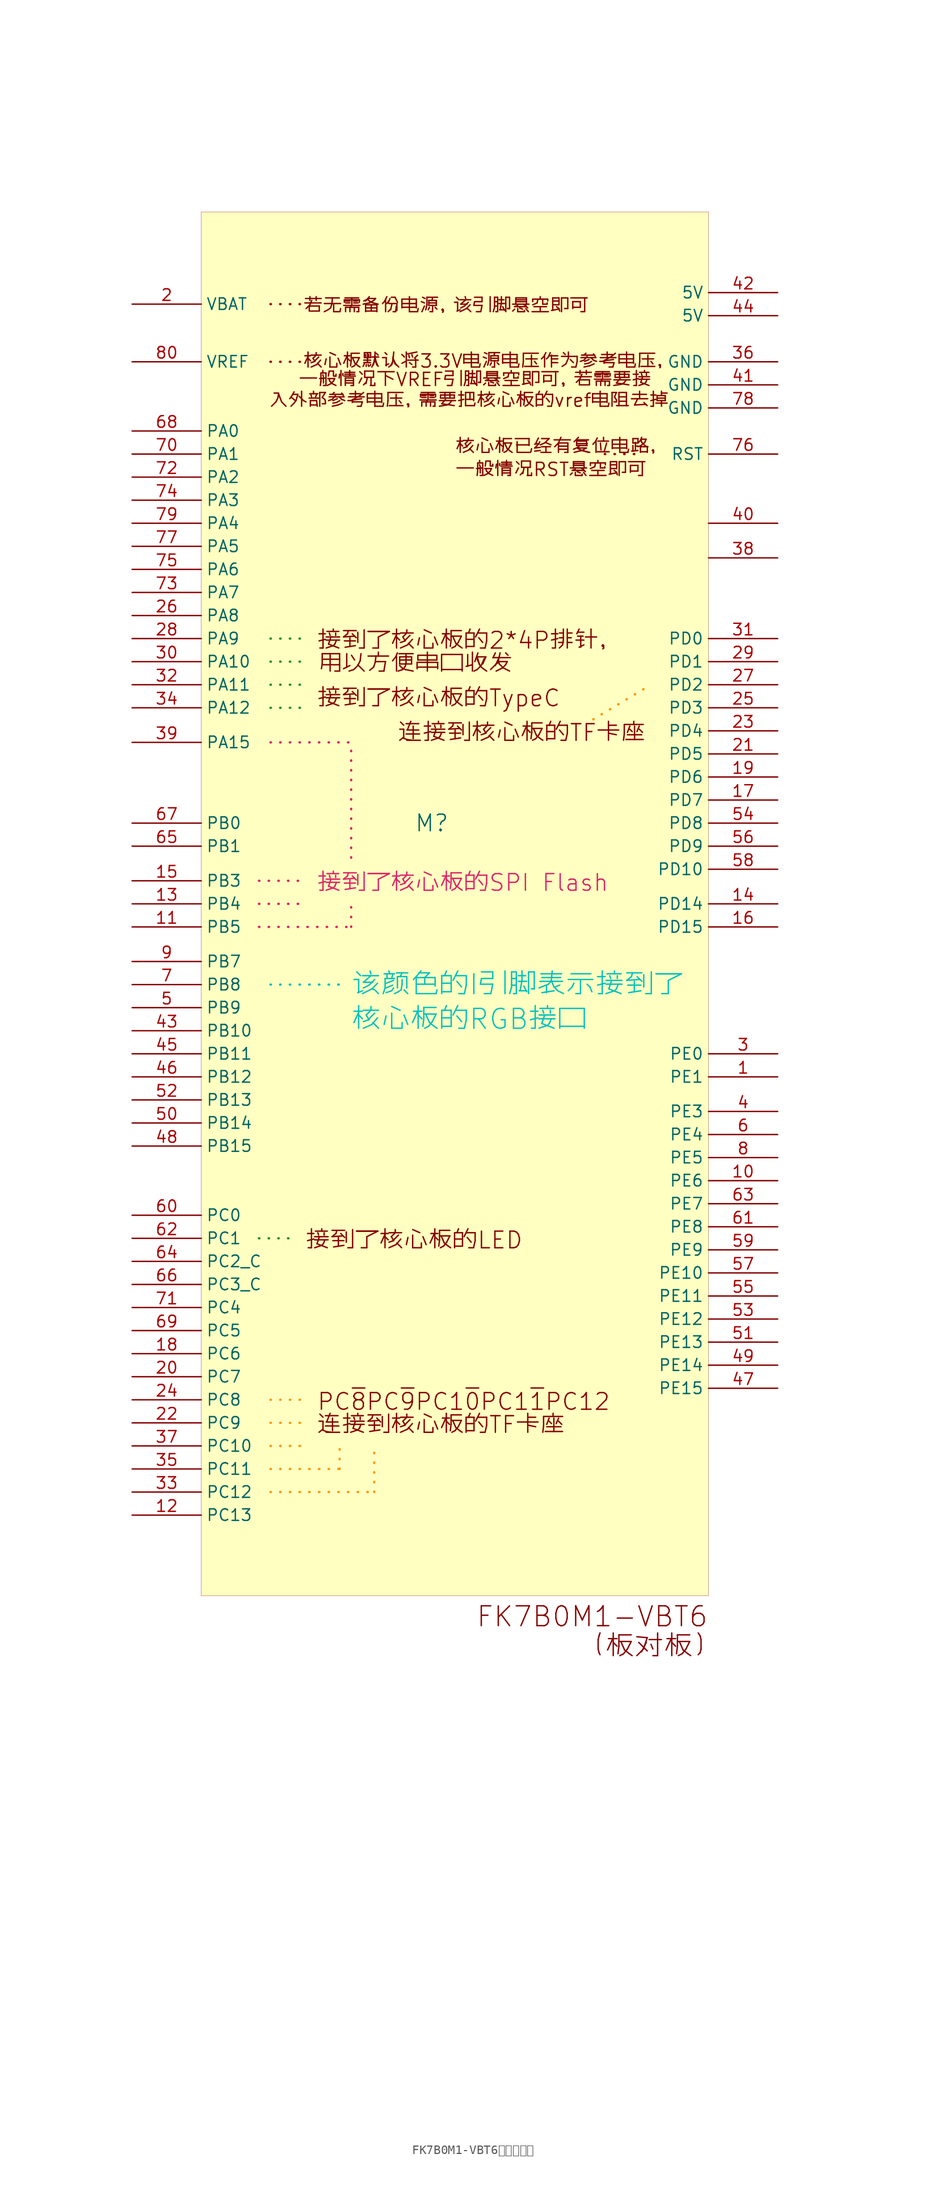
<source format=kicad_sym>
(kicad_symbol_lib
  (version 20231120)
  (generator "kicad_symbol_editor")
  (generator_version "8.0")
  (symbol "FK7B0M1-VBT6（板对板）"
    (property "Reference" "M"
      (at -1.27 1.27 0)
      (effects (font (size 1.829 1.829))))
    (property "Value" ""
      (at 42.672 -20.32 0)
      (effects (font (size 1.829 1.829)) (justify left bottom)))
    (symbol "FK7B0M1-VBT6（板对板）_1_0"
      (rectangle (start -26.67 68.58) (end 29.21 -83.82) (stroke (width 0.025) (type solid) (color 128 0 0 1)) (fill (type background)))
      (polyline (pts (xy -20.32 -44.45) (xy -16.51 -44.45)) (stroke (width 0.254) (type dot) (color 34 145 34 1)) (fill (type none)))
      (polyline (pts (xy -20.32 -10.16) (xy -10.16 -10.16)) (stroke (width 0.254) (type dot) (color 218 36 103 1)) (fill (type none)))
      (polyline (pts (xy -20.32 -7.62) (xy -15.24 -7.62)) (stroke (width 0.254) (type dot) (color 218 36 103 1)) (fill (type none)))
      (polyline (pts (xy -20.32 -5.08) (xy -15.24 -5.08)) (stroke (width 0.254) (type dot) (color 218 36 103 1)) (fill (type none)))
      (polyline (pts (xy -19.05 -72.39) (xy -7.62 -72.39)) (stroke (width 0.254) (type dot) (color 255 153 0 1)) (fill (type none)))
      (polyline (pts (xy -19.05 -69.85) (xy -11.43 -69.85)) (stroke (width 0.254) (type dot) (color 255 153 0 1)) (fill (type none)))
      (polyline (pts (xy -19.05 -67.31) (xy -15.24 -67.31)) (stroke (width 0.254) (type dot) (color 255 153 0 1)) (fill (type none)))
      (polyline (pts (xy -19.05 -64.77) (xy -15.24 -64.77)) (stroke (width 0.254) (type dot) (color 255 153 0 1)) (fill (type none)))
      (polyline (pts (xy -19.05 -62.23) (xy -15.24 -62.23)) (stroke (width 0.254) (type dot) (color 255 153 0 1)) (fill (type none)))
      (polyline (pts (xy -19.05 -16.51) (xy -11.43 -16.51)) (stroke (width 0.254) (type dot) (color 0 191 191 1)) (fill (type none)))
      (polyline (pts (xy -19.05 10.16) (xy -10.16 10.16)) (stroke (width 0.254) (type dot) (color 218 36 103 1)) (fill (type none)))
      (polyline (pts (xy -19.05 13.97) (xy -15.24 13.97)) (stroke (width 0.254) (type dot) (color 34 145 34 1)) (fill (type none)))
      (polyline (pts (xy -19.05 16.51) (xy -15.24 16.51)) (stroke (width 0.254) (type dot) (color 34 145 34 1)) (fill (type none)))
      (polyline (pts (xy -19.05 19.05) (xy -15.24 19.05)) (stroke (width 0.254) (type dot) (color 34 145 34 1)) (fill (type none)))
      (polyline (pts (xy -19.05 21.59) (xy -15.24 21.59)) (stroke (width 0.254) (type dot) (color 34 145 34 1)) (fill (type none)))
      (polyline (pts (xy -19.05 52.07) (xy -15.24 52.07)) (stroke (width 0.254) (type dot) (color 152 0 0 1)) (fill (type none)))
      (polyline (pts (xy -19.05 58.42) (xy -15.24 58.42)) (stroke (width 0.254) (type dot) (color 152 0 0 1)) (fill (type none)))
      (polyline (pts (xy -11.43 -69.85) (xy -11.43 -67.31)) (stroke (width 0.254) (type dot) (color 255 153 0 1)) (fill (type none)))
      (polyline (pts (xy -10.16 -10.16) (xy -10.16 -7.62)) (stroke (width 0.254) (type dot) (color 218 36 103 1)) (fill (type none)))
      (polyline (pts (xy -10.16 -2.54) (xy -10.16 10.16)) (stroke (width 0.254) (type dot) (color 218 36 103 1)) (fill (type none)))
      (polyline (pts (xy -7.62 -72.39) (xy -7.62 -67.31)) (stroke (width 0.254) (type dot) (color 255 153 0 1)) (fill (type none)))
      (polyline (pts (xy 16.51 12.7) (xy 22.86 16.51)) (stroke (width 0.254) (type dot) (color 255 153 0 1)) (fill (type none)))
      (polyline (pts (xy 17.78 41.91) (xy 21.59 41.91)) (stroke (width 0.254) (type dot) (color 152 0 0 1)) (fill (type none)))
      (text "" (at -36.83 -124.46 0) (effects (font (size 1.829 1.829)) (justify left bottom)))
      (text "FK7B0M1-VBT6" (at 3.556 -87.376 0) (effects (font (size 2.184 2.184)) (justify left bottom)))
      (text "PC~{8}PC~{9}PC1~{0}PC1~{1}PC12" (at -13.97 -63.5 0) (effects (font (size 1.829 1.829)) (justify left bottom)))
      (text "一般情况RST悬空即可" (at 1.27 39.37 0) (effects (font (size 1.448 1.448)) (justify left bottom)))
      (text "一般情况下VREF引脚悬空即可，若需要接" (at -16.002 49.276 0) (effects (font (size 1.448 1.448)) (justify left bottom)))
      (text "入外部参考电压，需要把核心板的vref电阻去掉" (at -19.304 46.99 0) (effects (font (size 1.448 1.448)) (justify left bottom)))
      (text "接到了核心板的2*4P排针，" (at -13.97 20.32 0) (effects (font (size 1.829 1.829)) (justify left bottom)))
      (text "接到了核心板的LED" (at -15.24 -45.72 0) (effects (font (size 1.829 1.829)) (justify left bottom)))
      (text "接到了核心板的SPI Flash" (at -13.97 -6.35 0) (effects (font (size 1.829 1.829) (color 218 36 103 1)) (justify left bottom)))
      (text "接到了核心板的TypeC" (at -13.97 13.97 0) (effects (font (size 1.829 1.829)) (justify left bottom)))
      (text "核心板已经有复位电路，" (at 1.27 41.91 0) (effects (font (size 1.448 1.448)) (justify left bottom)))
      (text "核心板的RGB接口" (at -10.16 -21.59 0) (effects (font (size 2.184 2.184) (color 0 191 191 1)) (justify left bottom)))
      (text "核心板默认将3.3V电源电压作为参考电压，" (at -15.494 51.308 0) (effects (font (size 1.448 1.448)) (justify left bottom)))
      (text "用以方便串口收发" (at -13.97 17.78 0) (effects (font (size 1.829 1.829)) (justify left bottom)))
      (text "若无需备份电源，该引脚悬空即可" (at -15.494 57.404 0) (effects (font (size 1.448 1.448)) (justify left bottom)))
      (text "该颜色的I引脚表示接到了" (at -10.16 -17.78 0) (effects (font (size 2.184 2.184) (color 0 191 191 1)) (justify left bottom)))
      (text "连接到核心板的TF卡座" (at -13.97 -66.04 0) (effects (font (size 1.829 1.829)) (justify left bottom)))
      (text "连接到核心板的TF卡座" (at -5.08 10.16 0) (effects (font (size 1.829 1.829)) (justify left bottom)))
      (text "（板对板）" (at 15.494 -90.678 0) (effects (font (size 2.184 2.184)) (justify left bottom)))
      (pin passive line (at 36.83 -26.67 180) (length 7.62) (name "PE1" (effects (font (size 1.27 1.27)))) (number "1" (effects (font (size 1.27 1.27)))))
      (pin passive line (at 36.83 -38.1 180) (length 7.62) (name "PE6" (effects (font (size 1.27 1.27)))) (number "10" (effects (font (size 1.27 1.27)))))
      (pin passive line (at -34.29 -10.16 0) (length 7.62) (name "PB5" (effects (font (size 1.27 1.27)))) (number "11" (effects (font (size 1.27 1.27)))))
      (pin passive line (at -34.29 -74.93 0) (length 7.62) (name "PC13" (effects (font (size 1.27 1.27)))) (number "12" (effects (font (size 1.27 1.27)))))
      (pin passive line (at -34.29 -7.62 0) (length 7.62) (name "PB4" (effects (font (size 1.27 1.27)))) (number "13" (effects (font (size 1.27 1.27)))))
      (pin passive line (at 36.83 -7.62 180) (length 7.62) (name "PD14" (effects (font (size 1.27 1.27)))) (number "14" (effects (font (size 1.27 1.27)))))
      (pin passive line (at -34.29 -5.08 0) (length 7.62) (name "PB3" (effects (font (size 1.27 1.27)))) (number "15" (effects (font (size 1.27 1.27)))))
      (pin passive line (at 36.83 -10.16 180) (length 7.62) (name "PD15" (effects (font (size 1.27 1.27)))) (number "16" (effects (font (size 1.27 1.27)))))
      (pin passive line (at 36.83 3.81 180) (length 7.62) (name "PD7" (effects (font (size 1.27 1.27)))) (number "17" (effects (font (size 1.27 1.27)))))
      (pin passive line (at -34.29 -57.15 0) (length 7.62) (name "PC6" (effects (font (size 1.27 1.27)))) (number "18" (effects (font (size 1.27 1.27)))))
      (pin passive line (at 36.83 6.35 180) (length 7.62) (name "PD6" (effects (font (size 1.27 1.27)))) (number "19" (effects (font (size 1.27 1.27)))))
      (pin passive line (at -34.29 58.42 0) (length 7.62) (name "VBAT" (effects (font (size 1.27 1.27)))) (number "2" (effects (font (size 1.27 1.27)))))
      (pin passive line (at -34.29 -59.69 0) (length 7.62) (name "PC7" (effects (font (size 1.27 1.27)))) (number "20" (effects (font (size 1.27 1.27)))))
      (pin passive line (at 36.83 8.89 180) (length 7.62) (name "PD5" (effects (font (size 1.27 1.27)))) (number "21" (effects (font (size 1.27 1.27)))))
      (pin passive line (at -34.29 -64.77 0) (length 7.62) (name "PC9" (effects (font (size 1.27 1.27)))) (number "22" (effects (font (size 1.27 1.27)))))
      (pin passive line (at 36.83 11.43 180) (length 7.62) (name "PD4" (effects (font (size 1.27 1.27)))) (number "23" (effects (font (size 1.27 1.27)))))
      (pin passive line (at -34.29 -62.23 0) (length 7.62) (name "PC8" (effects (font (size 1.27 1.27)))) (number "24" (effects (font (size 1.27 1.27)))))
      (pin passive line (at 36.83 13.97 180) (length 7.62) (name "PD3" (effects (font (size 1.27 1.27)))) (number "25" (effects (font (size 1.27 1.27)))))
      (pin passive line (at -34.29 24.13 0) (length 7.62) (name "PA8" (effects (font (size 1.27 1.27)))) (number "26" (effects (font (size 1.27 1.27)))))
      (pin passive line (at 36.83 16.51 180) (length 7.62) (name "PD2" (effects (font (size 1.27 1.27)))) (number "27" (effects (font (size 1.27 1.27)))))
      (pin passive line (at -34.29 21.59 0) (length 7.62) (name "PA9" (effects (font (size 1.27 1.27)))) (number "28" (effects (font (size 1.27 1.27)))))
      (pin passive line (at 36.83 19.05 180) (length 7.62) (name "PD1" (effects (font (size 1.27 1.27)))) (number "29" (effects (font (size 1.27 1.27)))))
      (pin passive line (at 36.83 -24.13 180) (length 7.62) (name "PE0" (effects (font (size 1.27 1.27)))) (number "3" (effects (font (size 1.27 1.27)))))
      (pin passive line (at -34.29 19.05 0) (length 7.62) (name "PA10" (effects (font (size 1.27 1.27)))) (number "30" (effects (font (size 1.27 1.27)))))
      (pin passive line (at 36.83 21.59 180) (length 7.62) (name "PD0" (effects (font (size 1.27 1.27)))) (number "31" (effects (font (size 1.27 1.27)))))
      (pin passive line (at -34.29 16.51 0) (length 7.62) (name "PA11" (effects (font (size 1.27 1.27)))) (number "32" (effects (font (size 1.27 1.27)))))
      (pin passive line (at -34.29 -72.39 0) (length 7.62) (name "PC12" (effects (font (size 1.27 1.27)))) (number "33" (effects (font (size 1.27 1.27)))))
      (pin passive line (at -34.29 13.97 0) (length 7.62) (name "PA12" (effects (font (size 1.27 1.27)))) (number "34" (effects (font (size 1.27 1.27)))))
      (pin passive line (at -34.29 -69.85 0) (length 7.62) (name "PC11" (effects (font (size 1.27 1.27)))) (number "35" (effects (font (size 1.27 1.27)))))
      (pin passive line (at 36.83 52.07 180) (length 7.62) (name "GND" (effects (font (size 1.27 1.27)))) (number "36" (effects (font (size 1.27 1.27)))))
      (pin passive line (at -34.29 -67.31 0) (length 7.62) (name "PC10" (effects (font (size 1.27 1.27)))) (number "37" (effects (font (size 1.27 1.27)))))
      (pin passive line (at 36.83 30.48 180) (length 7.62) (name "" (effects (font (size 1.27 1.27)))) (number "38" (effects (font (size 1.27 1.27)))))
      (pin passive line (at -34.29 10.16 0) (length 7.62) (name "PA15" (effects (font (size 1.27 1.27)))) (number "39" (effects (font (size 1.27 1.27)))))
      (pin passive line (at 36.83 -30.48 180) (length 7.62) (name "PE3" (effects (font (size 1.27 1.27)))) (number "4" (effects (font (size 1.27 1.27)))))
      (pin passive line (at 36.83 34.29 180) (length 7.62) (name "" (effects (font (size 1.27 1.27)))) (number "40" (effects (font (size 1.27 1.27)))))
      (pin passive line (at 36.83 49.53 180) (length 7.62) (name "GND" (effects (font (size 1.27 1.27)))) (number "41" (effects (font (size 1.27 1.27)))))
      (pin passive line (at 36.83 59.69 180) (length 7.62) (name "5V" (effects (font (size 1.27 1.27)))) (number "42" (effects (font (size 1.27 1.27)))))
      (pin passive line (at -34.29 -21.59 0) (length 7.62) (name "PB10" (effects (font (size 1.27 1.27)))) (number "43" (effects (font (size 1.27 1.27)))))
      (pin passive line (at 36.83 57.15 180) (length 7.62) (name "5V" (effects (font (size 1.27 1.27)))) (number "44" (effects (font (size 1.27 1.27)))))
      (pin passive line (at -34.29 -24.13 0) (length 7.62) (name "PB11" (effects (font (size 1.27 1.27)))) (number "45" (effects (font (size 1.27 1.27)))))
      (pin passive line (at -34.29 -26.67 0) (length 7.62) (name "PB12" (effects (font (size 1.27 1.27)))) (number "46" (effects (font (size 1.27 1.27)))))
      (pin passive line (at 36.83 -60.96 180) (length 7.62) (name "PE15" (effects (font (size 1.27 1.27)))) (number "47" (effects (font (size 1.27 1.27)))))
      (pin passive line (at -34.29 -34.29 0) (length 7.62) (name "PB15" (effects (font (size 1.27 1.27)))) (number "48" (effects (font (size 1.27 1.27)))))
      (pin passive line (at 36.83 -58.42 180) (length 7.62) (name "PE14" (effects (font (size 1.27 1.27)))) (number "49" (effects (font (size 1.27 1.27)))))
      (pin passive line (at -34.29 -19.05 0) (length 7.62) (name "PB9" (effects (font (size 1.27 1.27)))) (number "5" (effects (font (size 1.27 1.27)))))
      (pin passive line (at -34.29 -31.75 0) (length 7.62) (name "PB14" (effects (font (size 1.27 1.27)))) (number "50" (effects (font (size 1.27 1.27)))))
      (pin passive line (at 36.83 -55.88 180) (length 7.62) (name "PE13" (effects (font (size 1.27 1.27)))) (number "51" (effects (font (size 1.27 1.27)))))
      (pin passive line (at -34.29 -29.21 0) (length 7.62) (name "PB13" (effects (font (size 1.27 1.27)))) (number "52" (effects (font (size 1.27 1.27)))))
      (pin passive line (at 36.83 -53.34 180) (length 7.62) (name "PE12" (effects (font (size 1.27 1.27)))) (number "53" (effects (font (size 1.27 1.27)))))
      (pin passive line (at 36.83 1.27 180) (length 7.62) (name "PD8" (effects (font (size 1.27 1.27)))) (number "54" (effects (font (size 1.27 1.27)))))
      (pin passive line (at 36.83 -50.8 180) (length 7.62) (name "PE11" (effects (font (size 1.27 1.27)))) (number "55" (effects (font (size 1.27 1.27)))))
      (pin passive line (at 36.83 -1.27 180) (length 7.62) (name "PD9" (effects (font (size 1.27 1.27)))) (number "56" (effects (font (size 1.27 1.27)))))
      (pin passive line (at 36.83 -48.26 180) (length 7.62) (name "PE10" (effects (font (size 1.27 1.27)))) (number "57" (effects (font (size 1.27 1.27)))))
      (pin passive line (at 36.83 -3.81 180) (length 7.62) (name "PD10" (effects (font (size 1.27 1.27)))) (number "58" (effects (font (size 1.27 1.27)))))
      (pin passive line (at 36.83 -45.72 180) (length 7.62) (name "PE9" (effects (font (size 1.27 1.27)))) (number "59" (effects (font (size 1.27 1.27)))))
      (pin passive line (at 36.83 -33.02 180) (length 7.62) (name "PE4" (effects (font (size 1.27 1.27)))) (number "6" (effects (font (size 1.27 1.27)))))
      (pin passive line (at -34.29 -41.91 0) (length 7.62) (name "PC0" (effects (font (size 1.27 1.27)))) (number "60" (effects (font (size 1.27 1.27)))))
      (pin passive line (at 36.83 -43.18 180) (length 7.62) (name "PE8" (effects (font (size 1.27 1.27)))) (number "61" (effects (font (size 1.27 1.27)))))
      (pin passive line (at -34.29 -44.45 0) (length 7.62) (name "PC1" (effects (font (size 1.27 1.27)))) (number "62" (effects (font (size 1.27 1.27)))))
      (pin passive line (at 36.83 -40.64 180) (length 7.62) (name "PE7" (effects (font (size 1.27 1.27)))) (number "63" (effects (font (size 1.27 1.27)))))
      (pin passive line (at -34.29 -46.99 0) (length 7.62) (name "PC2_C" (effects (font (size 1.27 1.27)))) (number "64" (effects (font (size 1.27 1.27)))))
      (pin passive line (at -34.29 -1.27 0) (length 7.62) (name "PB1" (effects (font (size 1.27 1.27)))) (number "65" (effects (font (size 1.27 1.27)))))
      (pin passive line (at -34.29 -49.53 0) (length 7.62) (name "PC3_C" (effects (font (size 1.27 1.27)))) (number "66" (effects (font (size 1.27 1.27)))))
      (pin passive line (at -34.29 1.27 0) (length 7.62) (name "PB0" (effects (font (size 1.27 1.27)))) (number "67" (effects (font (size 1.27 1.27)))))
      (pin passive line (at -34.29 44.45 0) (length 7.62) (name "PA0" (effects (font (size 1.27 1.27)))) (number "68" (effects (font (size 1.27 1.27)))))
      (pin passive line (at -34.29 -54.61 0) (length 7.62) (name "PC5" (effects (font (size 1.27 1.27)))) (number "69" (effects (font (size 1.27 1.27)))))
      (pin passive line (at -34.29 -16.51 0) (length 7.62) (name "PB8" (effects (font (size 1.27 1.27)))) (number "7" (effects (font (size 1.27 1.27)))))
      (pin passive line (at -34.29 41.91 0) (length 7.62) (name "PA1" (effects (font (size 1.27 1.27)))) (number "70" (effects (font (size 1.27 1.27)))))
      (pin passive line (at -34.29 -52.07 0) (length 7.62) (name "PC4" (effects (font (size 1.27 1.27)))) (number "71" (effects (font (size 1.27 1.27)))))
      (pin passive line (at -34.29 39.37 0) (length 7.62) (name "PA2" (effects (font (size 1.27 1.27)))) (number "72" (effects (font (size 1.27 1.27)))))
      (pin passive line (at -34.29 26.67 0) (length 7.62) (name "PA7" (effects (font (size 1.27 1.27)))) (number "73" (effects (font (size 1.27 1.27)))))
      (pin passive line (at -34.29 36.83 0) (length 7.62) (name "PA3" (effects (font (size 1.27 1.27)))) (number "74" (effects (font (size 1.27 1.27)))))
      (pin passive line (at -34.29 29.21 0) (length 7.62) (name "PA6" (effects (font (size 1.27 1.27)))) (number "75" (effects (font (size 1.27 1.27)))))
      (pin passive line (at 36.83 41.91 180) (length 7.62) (name "RST" (effects (font (size 1.27 1.27)))) (number "76" (effects (font (size 1.27 1.27)))))
      (pin passive line (at -34.29 31.75 0) (length 7.62) (name "PA5" (effects (font (size 1.27 1.27)))) (number "77" (effects (font (size 1.27 1.27)))))
      (pin passive line (at 36.83 46.99 180) (length 7.62) (name "GND" (effects (font (size 1.27 1.27)))) (number "78" (effects (font (size 1.27 1.27)))))
      (pin passive line (at -34.29 34.29 0) (length 7.62) (name "PA4" (effects (font (size 1.27 1.27)))) (number "79" (effects (font (size 1.27 1.27)))))
      (pin passive line (at 36.83 -35.56 180) (length 7.62) (name "PE5" (effects (font (size 1.27 1.27)))) (number "8" (effects (font (size 1.27 1.27)))))
      (pin passive line (at -34.29 52.07 0) (length 7.62) (name "VREF" (effects (font (size 1.27 1.27)))) (number "80" (effects (font (size 1.27 1.27)))))
      (pin passive line (at -34.29 -13.97 0) (length 7.62) (name "PB7" (effects (font (size 1.27 1.27)))) (number "9" (effects (font (size 1.27 1.27))))))))
</source>
